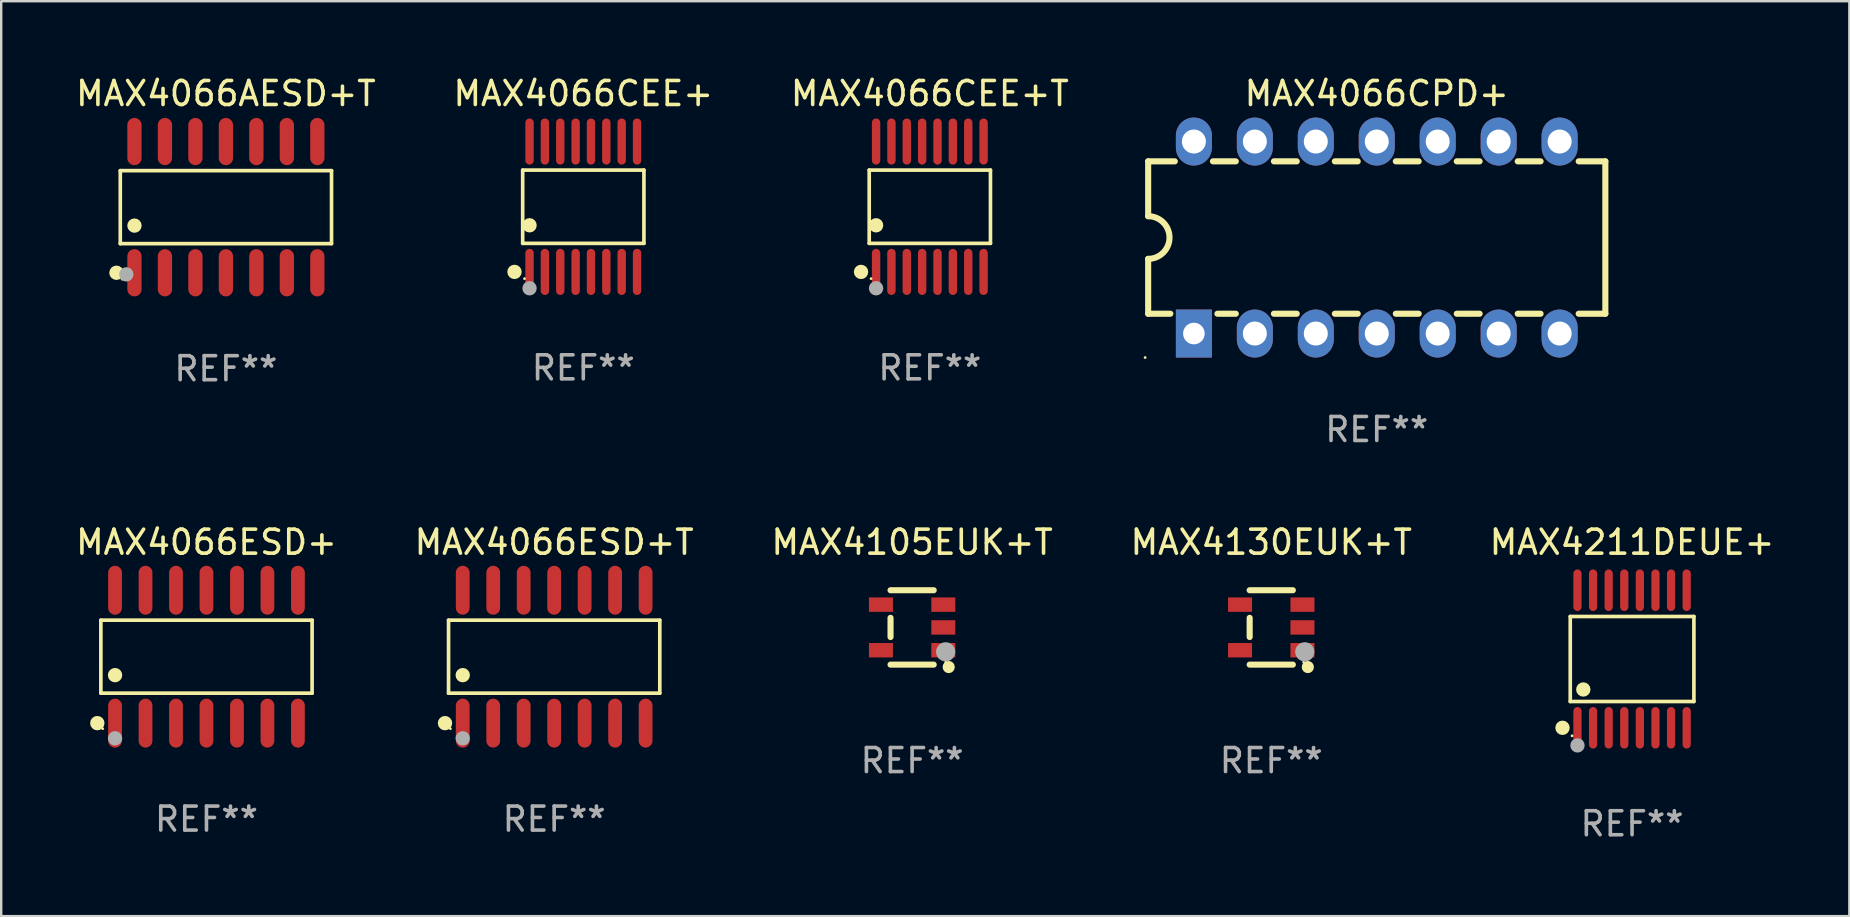
<source format=kicad_pcb>
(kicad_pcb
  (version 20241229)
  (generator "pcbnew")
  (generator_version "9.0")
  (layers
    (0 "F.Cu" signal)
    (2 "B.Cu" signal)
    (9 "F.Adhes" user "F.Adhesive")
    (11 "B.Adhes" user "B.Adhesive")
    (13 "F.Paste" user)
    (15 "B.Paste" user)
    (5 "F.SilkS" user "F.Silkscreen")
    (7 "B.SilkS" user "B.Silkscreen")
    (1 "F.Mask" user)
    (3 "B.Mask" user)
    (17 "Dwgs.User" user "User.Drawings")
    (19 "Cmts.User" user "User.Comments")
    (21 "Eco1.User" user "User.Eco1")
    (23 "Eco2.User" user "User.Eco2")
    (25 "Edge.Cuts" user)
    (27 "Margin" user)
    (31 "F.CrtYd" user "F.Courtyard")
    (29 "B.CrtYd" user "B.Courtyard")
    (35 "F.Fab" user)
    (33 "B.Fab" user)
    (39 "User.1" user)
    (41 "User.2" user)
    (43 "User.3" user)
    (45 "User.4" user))
  (footprint "MAX4066CPD+"
    (layer "F.Cu")
    (at 54.319 6.848)
    (property "Reference" "MAX4066CPD+" (at 0 -6 0) (layer "F.SilkS") (effects (font (size 1 1) (thickness 0.15))))
    (attr through_hole)
    (fp_line (start -9.525 -3.175) (end -9.525 -0.889) (stroke (width 0.254) (type solid)) (layer "F.SilkS"))
    (fp_line (start -9.525 -3.175) (end -8.414 -3.175) (stroke (width 0.254) (type solid)) (layer "F.SilkS"))
    (fp_line (start -9.525 3.175) (end -9.525 0.889) (stroke (width 0.254) (type solid)) (layer "F.SilkS"))
    (fp_line (start -8.601 3.175) (end -9.525 3.175) (stroke (width 0.254) (type solid)) (layer "F.SilkS"))
    (fp_line (start -6.826 -3.175) (end -5.874 -3.175) (stroke (width 0.254) (type solid)) (layer "F.SilkS"))
    (fp_line (start -5.874 3.175) (end -6.639 3.175) (stroke (width 0.254) (type solid)) (layer "F.SilkS"))
    (fp_line (start -4.286 -3.175) (end -3.334 -3.175) (stroke (width 0.254) (type solid)) (layer "F.SilkS"))
    (fp_line (start -3.334 3.175) (end -4.286 3.175) (stroke (width 0.254) (type solid)) (layer "F.SilkS"))
    (fp_line (start -1.746 -3.175) (end -0.794 -3.175) (stroke (width 0.254) (type solid)) (layer "F.SilkS"))
    (fp_line (start -0.794 3.175) (end -1.746 3.175) (stroke (width 0.254) (type solid)) (layer "F.SilkS"))
    (fp_line (start 0.794 -3.175) (end 1.746 -3.175) (stroke (width 0.254) (type solid)) (layer "F.SilkS"))
    (fp_line (start 1.746 3.175) (end 0.794 3.175) (stroke (width 0.254) (type solid)) (layer "F.SilkS"))
    (fp_line (start 3.334 -3.175) (end 4.286 -3.175) (stroke (width 0.254) (type solid)) (layer "F.SilkS"))
    (fp_line (start 4.286 3.175) (end 3.334 3.175) (stroke (width 0.254) (type solid)) (layer "F.SilkS"))
    (fp_line (start 5.874 -3.175) (end 6.826 -3.175) (stroke (width 0.254) (type solid)) (layer "F.SilkS"))
    (fp_line (start 6.826 3.175) (end 5.874 3.175) (stroke (width 0.254) (type solid)) (layer "F.SilkS"))
    (fp_line (start 8.414 -3.175) (end 9.525 -3.175) (stroke (width 0.254) (type solid)) (layer "F.SilkS"))
    (fp_line (start 9.525 -3.175) (end 9.525 3.175) (stroke (width 0.254) (type solid)) (layer "F.SilkS"))
    (fp_line (start 9.525 3.175) (end 8.414 3.175) (stroke (width 0.254) (type solid)) (layer "F.SilkS"))
    (fp_arc (start -9.525019 -0.889002) (mid -8.636017 0) (end -9.525019 0.889002) (stroke (width 0.254001) (type solid)) (layer "F.SilkS"))
    (fp_circle (center -9.652 5) (end -9.622 5) (stroke (width 0.06) (type solid)) (fill no) (layer "F.SilkS"))
    (fp_text user "REF**" (at 0 8 0) (layer "F.Fab") (effects (font (size 1 1) (thickness 0.15))))
    (pad "1" thru_hole rect (at -7.62 4 90) (size 2 1.5) (drill 0.9) (layers "*.Cu" "*.Mask"))
    (pad "2" thru_hole oval (at -5.08 4 90) (size 2 1.5) (drill 1) (layers "*.Cu" "*.Mask"))
    (pad "3" thru_hole oval (at -2.54 4 90) (size 2 1.5) (drill 1) (layers "*.Cu" "*.Mask"))
    (pad "4" thru_hole oval (at 0 4 90) (size 2 1.5) (drill 1) (layers "*.Cu" "*.Mask"))
    (pad "5" thru_hole oval (at 2.54 4 90) (size 2 1.5) (drill 1) (layers "*.Cu" "*.Mask"))
    (pad "6" thru_hole oval (at 5.08 4 90) (size 2 1.5) (drill 1) (layers "*.Cu" "*.Mask"))
    (pad "7" thru_hole oval (at 7.62 4 90) (size 2 1.5) (drill 1) (layers "*.Cu" "*.Mask"))
    (pad "8" thru_hole oval (at 7.62 -4 90) (size 2 1.5) (drill 1) (layers "*.Cu" "*.Mask"))
    (pad "9" thru_hole oval (at 5.08 -4 90) (size 2 1.5) (drill 1) (layers "*.Cu" "*.Mask"))
    (pad "10" thru_hole oval (at 2.54 -4 90) (size 2 1.5) (drill 1) (layers "*.Cu" "*.Mask"))
    (pad "11" thru_hole oval (at 0 -4 90) (size 2 1.5) (drill 1) (layers "*.Cu" "*.Mask"))
    (pad "12" thru_hole oval (at -2.54 -4 90) (size 2 1.5) (drill 1) (layers "*.Cu" "*.Mask"))
    (pad "13" thru_hole oval (at -5.08 -4 90) (size 2 1.5) (drill 1) (layers "*.Cu" "*.Mask"))
    (pad "14" thru_hole oval (at -7.62 -4 90) (size 2 1.5) (drill 1) (layers "*.Cu" "*.Mask")))
  (footprint "MAX4105EUK+T"
    (layer "F.Cu")
    (at 34.958 23.095)
    (property "Reference" "MAX4105EUK+T" (at 0 -3.55 0) (layer "F.SilkS") (effects (font (size 1 1) (thickness 0.15))))
    (attr through_hole)
    (fp_line (start -0.9 -1.55) (end 0.9 -1.55) (stroke (width 0.254) (type solid)) (layer "F.SilkS"))
    (fp_line (start -0.9 0.4) (end -0.9 -0.4) (stroke (width 0.254) (type solid)) (layer "F.SilkS"))
    (fp_line (start -0.9 1.55) (end 0.9 1.55) (stroke (width 0.254) (type solid)) (layer "F.SilkS"))
    (fp_circle (center 1.4 1.45) (end 1.43 1.45) (stroke (width 0.06) (type solid)) (fill no) (layer "F.SilkS"))
    (fp_circle (center 1.524 1.651) (end 1.651 1.651) (stroke (width 0.254) (type solid)) (fill no) (layer "F.SilkS"))
    (fp_circle (center 1.397 1.016) (end 1.597 1.016) (stroke (width 0.4) (type solid)) (fill no) (layer "F.Fab"))
    (fp_text user "REF**" (at 0 5.55 0) (layer "F.Fab") (effects (font (size 1 1) (thickness 0.15))))
    (pad "1" smd rect (at 1.3 0.95) (size 1 0.6) (layers "F.Cu" "F.Mask" "F.Paste"))
    (pad "2" smd rect (at 1.3 -0.000051) (size 1 0.6) (layers "F.Cu" "F.Mask" "F.Paste"))
    (pad "3" smd rect (at 1.3 -0.95) (size 1 0.6) (layers "F.Cu" "F.Mask" "F.Paste"))
    (pad "4" smd rect (at -1.3 -0.95) (size 1 0.6) (layers "F.Cu" "F.Mask" "F.Paste"))
    (pad "5" smd rect (at -1.3 0.95) (size 1 0.6) (layers "F.Cu" "F.Mask" "F.Paste")))
  (footprint "MAX4066ESD+"
    (layer "F.Cu")
    (at 5.554 24.314)
    (property "Reference" "MAX4066ESD+" (at 0 -4.769 0) (layer "F.SilkS") (effects (font (size 1 1) (thickness 0.15))))
    (attr through_hole)
    (fp_line (start -4.401 -1.521) (end 4.401 -1.521) (stroke (width 0.152) (type solid)) (layer "F.SilkS"))
    (fp_line (start -4.401 1.521) (end -4.401 -1.521) (stroke (width 0.152) (type solid)) (layer "F.SilkS"))
    (fp_line (start 4.401 -1.521) (end 4.401 1.521) (stroke (width 0.152) (type solid)) (layer "F.SilkS"))
    (fp_line (start 4.401 1.521) (end -4.401 1.521) (stroke (width 0.152) (type solid)) (layer "F.SilkS"))
    (fp_circle (center -4.549 2.769) (end -4.399 2.769) (stroke (width 0.3) (type solid)) (fill no) (layer "F.SilkS"))
    (fp_circle (center -4.325 3) (end -4.295 3) (stroke (width 0.06) (type solid)) (fill no) (layer "F.SilkS"))
    (fp_circle (center -3.81 0.769) (end -3.66 0.769) (stroke (width 0.3) (type solid)) (fill no) (layer "F.SilkS"))
    (fp_circle (center -3.81 3.4) (end -3.66 3.4) (stroke (width 0.3) (type solid)) (fill no) (layer "F.Fab"))
    (fp_text user "REF**" (at 0 6.769 0) (layer "F.Fab") (effects (font (size 1 1) (thickness 0.15))))
    (pad "1" smd oval (at -3.81 2.769) (size 0.574 2.038) (layers "F.Cu" "F.Mask" "F.Paste"))
    (pad "2" smd oval (at -2.54 2.769) (size 0.574 2.038) (layers "F.Cu" "F.Mask" "F.Paste"))
    (pad "3" smd oval (at -1.27 2.769) (size 0.574 2.038) (layers "F.Cu" "F.Mask" "F.Paste"))
    (pad "4" smd oval (at 0 2.769) (size 0.574 2.038) (layers "F.Cu" "F.Mask" "F.Paste"))
    (pad "5" smd oval (at 1.27 2.769) (size 0.574 2.038) (layers "F.Cu" "F.Mask" "F.Paste"))
    (pad "6" smd oval (at 2.54 2.769) (size 0.574 2.038) (layers "F.Cu" "F.Mask" "F.Paste"))
    (pad "7" smd oval (at 3.81 2.769) (size 0.574 2.038) (layers "F.Cu" "F.Mask" "F.Paste"))
    (pad "8" smd oval (at 3.81 -2.769) (size 0.574 2.038) (layers "F.Cu" "F.Mask" "F.Paste"))
    (pad "9" smd oval (at 2.54 -2.769) (size 0.574 2.038) (layers "F.Cu" "F.Mask" "F.Paste"))
    (pad "10" smd oval (at 1.27 -2.769) (size 0.574 2.038) (layers "F.Cu" "F.Mask" "F.Paste"))
    (pad "11" smd oval (at 0 -2.769) (size 0.574 2.038) (layers "F.Cu" "F.Mask" "F.Paste"))
    (pad "12" smd oval (at -1.27 -2.769) (size 0.574 2.038) (layers "F.Cu" "F.Mask" "F.Paste"))
    (pad "13" smd oval (at -2.54 -2.769) (size 0.574 2.038) (layers "F.Cu" "F.Mask" "F.Paste"))
    (pad "14" smd oval (at -3.81 -2.769) (size 0.574 2.038) (layers "F.Cu" "F.Mask" "F.Paste")))
  (footprint "MAX4066AESD+T"
    (layer "F.Cu")
    (at 6.363 5.582)
    (property "Reference" "MAX4066AESD+T" (at 0 -4.734 0) (layer "F.SilkS") (effects (font (size 1 1) (thickness 0.15))))
    (attr through_hole)
    (fp_line (start -4.401 -1.521) (end 4.401 -1.521) (stroke (width 0.152) (type solid)) (layer "F.SilkS"))
    (fp_line (start -4.401 1.521) (end -4.401 -1.521) (stroke (width 0.152) (type solid)) (layer "F.SilkS"))
    (fp_line (start 4.401 -1.521) (end 4.401 1.521) (stroke (width 0.152) (type solid)) (layer "F.SilkS"))
    (fp_line (start 4.401 1.521) (end -4.401 1.521) (stroke (width 0.152) (type solid)) (layer "F.SilkS"))
    (fp_circle (center -4.56 2.734) (end -4.41 2.734) (stroke (width 0.3) (type solid)) (fill no) (layer "F.SilkS"))
    (fp_circle (center -4.325 3) (end -4.295 3) (stroke (width 0.06) (type solid)) (fill no) (layer "F.SilkS"))
    (fp_circle (center -3.81 0.769) (end -3.66 0.769) (stroke (width 0.3) (type solid)) (fill no) (layer "F.SilkS"))
    (fp_circle (center -4.15 2.8) (end -4 2.8) (stroke (width 0.3) (type solid)) (fill no) (layer "F.Fab"))
    (fp_text user "REF**" (at 0 6.734 0) (layer "F.Fab") (effects (font (size 1 1) (thickness 0.15))))
    (pad "1" smd oval (at -3.81 2.734) (size 0.595 1.968) (layers "F.Cu" "F.Mask" "F.Paste"))
    (pad "2" smd oval (at -2.54 2.734) (size 0.595 1.968) (layers "F.Cu" "F.Mask" "F.Paste"))
    (pad "3" smd oval (at -1.27 2.734) (size 0.595 1.968) (layers "F.Cu" "F.Mask" "F.Paste"))
    (pad "4" smd oval (at 0 2.734) (size 0.595 1.968) (layers "F.Cu" "F.Mask" "F.Paste"))
    (pad "5" smd oval (at 1.27 2.734) (size 0.595 1.968) (layers "F.Cu" "F.Mask" "F.Paste"))
    (pad "6" smd oval (at 2.54 2.734) (size 0.595 1.968) (layers "F.Cu" "F.Mask" "F.Paste"))
    (pad "7" smd oval (at 3.81 2.734) (size 0.595 1.968) (layers "F.Cu" "F.Mask" "F.Paste"))
    (pad "8" smd oval (at 3.81 -2.734) (size 0.595 1.968) (layers "F.Cu" "F.Mask" "F.Paste"))
    (pad "9" smd oval (at 2.54 -2.734) (size 0.595 1.968) (layers "F.Cu" "F.Mask" "F.Paste"))
    (pad "10" smd oval (at 1.27 -2.734) (size 0.595 1.968) (layers "F.Cu" "F.Mask" "F.Paste"))
    (pad "11" smd oval (at 0 -2.734) (size 0.595 1.968) (layers "F.Cu" "F.Mask" "F.Paste"))
    (pad "12" smd oval (at -1.27 -2.734) (size 0.595 1.968) (layers "F.Cu" "F.Mask" "F.Paste"))
    (pad "13" smd oval (at -2.54 -2.734) (size 0.595 1.968) (layers "F.Cu" "F.Mask" "F.Paste"))
    (pad "14" smd oval (at -3.81 -2.734) (size 0.595 1.968) (layers "F.Cu" "F.Mask" "F.Paste")))
  (footprint "MAX4130EUK+T"
    (layer "F.Cu")
    (at 49.923 23.095)
    (property "Reference" "MAX4130EUK+T" (at 0 -3.55 0) (layer "F.SilkS") (effects (font (size 1 1) (thickness 0.15))))
    (attr through_hole)
    (fp_line (start -0.9 -1.55) (end 0.9 -1.55) (stroke (width 0.254) (type solid)) (layer "F.SilkS"))
    (fp_line (start -0.9 0.4) (end -0.9 -0.4) (stroke (width 0.254) (type solid)) (layer "F.SilkS"))
    (fp_line (start -0.9 1.55) (end 0.9 1.55) (stroke (width 0.254) (type solid)) (layer "F.SilkS"))
    (fp_circle (center 1.35 1.45) (end 1.38 1.45) (stroke (width 0.06) (type solid)) (fill no) (layer "F.SilkS"))
    (fp_circle (center 1.524 1.651) (end 1.651 1.651) (stroke (width 0.254) (type solid)) (fill no) (layer "F.SilkS"))
    (fp_circle (center 1.397 1.016) (end 1.597 1.016) (stroke (width 0.4) (type solid)) (fill no) (layer "F.Fab"))
    (fp_text user "REF**" (at 0 5.55 0) (layer "F.Fab") (effects (font (size 1 1) (thickness 0.15))))
    (pad "1" smd rect (at 1.3 0.95) (size 1 0.6) (layers "F.Cu" "F.Mask" "F.Paste"))
    (pad "2" smd rect (at 1.3 0.000076) (size 1 0.6) (layers "F.Cu" "F.Mask" "F.Paste"))
    (pad "3" smd rect (at 1.3 -0.95) (size 1 0.6) (layers "F.Cu" "F.Mask" "F.Paste"))
    (pad "4" smd rect (at -1.3 -0.95) (size 1 0.6) (layers "F.Cu" "F.Mask" "F.Paste"))
    (pad "5" smd rect (at -1.3 0.95) (size 1 0.6) (layers "F.Cu" "F.Mask" "F.Paste")))
  (footprint "MAX4066CEE+"
    (layer "F.Cu")
    (at 21.256 5.564)
    (property "Reference" "MAX4066CEE+" (at 0 -4.716 0) (layer "F.SilkS") (effects (font (size 1 1) (thickness 0.15))))
    (attr through_hole)
    (fp_line (start -2.526 -1.526) (end 2.526 -1.526) (stroke (width 0.152) (type solid)) (layer "F.SilkS"))
    (fp_line (start -2.526 1.526) (end -2.526 -1.526) (stroke (width 0.152) (type solid)) (layer "F.SilkS"))
    (fp_line (start 2.526 -1.526) (end 2.526 1.526) (stroke (width 0.152) (type solid)) (layer "F.SilkS"))
    (fp_line (start 2.526 1.526) (end -2.526 1.526) (stroke (width 0.152) (type solid)) (layer "F.SilkS"))
    (fp_circle (center -2.867 2.716) (end -2.717 2.716) (stroke (width 0.3) (type solid)) (fill no) (layer "F.SilkS"))
    (fp_circle (center -2.45 2.997) (end -2.42 2.997) (stroke (width 0.06) (type solid)) (fill no) (layer "F.SilkS"))
    (fp_circle (center -2.24 0.774) (end -2.09 0.774) (stroke (width 0.3) (type solid)) (fill no) (layer "F.SilkS"))
    (fp_circle (center -2.24 3.398) (end -2.09 3.398) (stroke (width 0.3) (type solid)) (fill no) (layer "F.Fab"))
    (fp_text user "REF**" (at 0 6.716 0) (layer "F.Fab") (effects (font (size 1 1) (thickness 0.15))))
    (pad "1" smd oval (at -2.24 2.716) (size 0.35 1.922) (layers "F.Cu" "F.Mask" "F.Paste"))
    (pad "2" smd oval (at -1.6 2.716) (size 0.35 1.922) (layers "F.Cu" "F.Mask" "F.Paste"))
    (pad "3" smd oval (at -0.96 2.716) (size 0.35 1.922) (layers "F.Cu" "F.Mask" "F.Paste"))
    (pad "4" smd oval (at -0.32 2.716) (size 0.35 1.922) (layers "F.Cu" "F.Mask" "F.Paste"))
    (pad "5" smd oval (at 0.32 2.716) (size 0.35 1.922) (layers "F.Cu" "F.Mask" "F.Paste"))
    (pad "6" smd oval (at 0.96 2.716) (size 0.35 1.922) (layers "F.Cu" "F.Mask" "F.Paste"))
    (pad "7" smd oval (at 1.6 2.716) (size 0.35 1.922) (layers "F.Cu" "F.Mask" "F.Paste"))
    (pad "8" smd oval (at 2.24 2.716) (size 0.35 1.922) (layers "F.Cu" "F.Mask" "F.Paste"))
    (pad "9" smd oval (at 2.24 -2.716) (size 0.35 1.922) (layers "F.Cu" "F.Mask" "F.Paste"))
    (pad "10" smd oval (at 1.6 -2.716) (size 0.35 1.922) (layers "F.Cu" "F.Mask" "F.Paste"))
    (pad "11" smd oval (at 0.96 -2.716) (size 0.35 1.922) (layers "F.Cu" "F.Mask" "F.Paste"))
    (pad "12" smd oval (at 0.32 -2.716) (size 0.35 1.922) (layers "F.Cu" "F.Mask" "F.Paste"))
    (pad "13" smd oval (at -0.32 -2.716) (size 0.35 1.922) (layers "F.Cu" "F.Mask" "F.Paste"))
    (pad "14" smd oval (at -0.96 -2.716) (size 0.35 1.922) (layers "F.Cu" "F.Mask" "F.Paste"))
    (pad "15" smd oval (at -1.6 -2.716) (size 0.35 1.922) (layers "F.Cu" "F.Mask" "F.Paste"))
    (pad "16" smd oval (at -2.24 -2.716) (size 0.35 1.922) (layers "F.Cu" "F.Mask" "F.Paste")))
  (footprint "MAX4211DEUE+"
    (layer "F.Cu")
    (at 64.958 24.411)
    (property "Reference" "MAX4211DEUE+" (at 0 -4.866 0) (layer "F.SilkS") (effects (font (size 1 1) (thickness 0.15))))
    (attr through_hole)
    (fp_line (start -2.576 -1.772) (end 2.576 -1.772) (stroke (width 0.152) (type solid)) (layer "F.SilkS"))
    (fp_line (start -2.576 1.771) (end -2.576 -1.772) (stroke (width 0.152) (type solid)) (layer "F.SilkS"))
    (fp_line (start 2.576 -1.772) (end 2.576 1.771) (stroke (width 0.152) (type solid)) (layer "F.SilkS"))
    (fp_line (start 2.576 1.771) (end -2.576 1.771) (stroke (width 0.152) (type solid)) (layer "F.SilkS"))
    (fp_circle (center -2.899 2.866) (end -2.749 2.866) (stroke (width 0.3) (type solid)) (fill no) (layer "F.SilkS"))
    (fp_circle (center -2.5 3.2) (end -2.47 3.2) (stroke (width 0.06) (type solid)) (fill no) (layer "F.SilkS"))
    (fp_circle (center -2.032 1.27) (end -1.882 1.27) (stroke (width 0.3) (type solid)) (fill no) (layer "F.SilkS"))
    (fp_circle (center -2.275 3.6) (end -2.125 3.6) (stroke (width 0.3) (type solid)) (fill no) (layer "F.Fab"))
    (fp_text user "REF**" (at 0 6.866 0) (layer "F.Fab") (effects (font (size 1 1) (thickness 0.15))))
    (pad "1" smd oval (at -2.275 2.866) (size 0.343 1.731) (layers "F.Cu" "F.Mask" "F.Paste"))
    (pad "2" smd oval (at -1.625 2.866) (size 0.343 1.731) (layers "F.Cu" "F.Mask" "F.Paste"))
    (pad "3" smd oval (at -0.975 2.866) (size 0.343 1.731) (layers "F.Cu" "F.Mask" "F.Paste"))
    (pad "4" smd oval (at -0.325 2.866) (size 0.343 1.731) (layers "F.Cu" "F.Mask" "F.Paste"))
    (pad "5" smd oval (at 0.325 2.866) (size 0.343 1.731) (layers "F.Cu" "F.Mask" "F.Paste"))
    (pad "6" smd oval (at 0.975 2.866) (size 0.343 1.731) (layers "F.Cu" "F.Mask" "F.Paste"))
    (pad "7" smd oval (at 1.625 2.866) (size 0.343 1.731) (layers "F.Cu" "F.Mask" "F.Paste"))
    (pad "8" smd oval (at 2.275 2.866) (size 0.343 1.731) (layers "F.Cu" "F.Mask" "F.Paste"))
    (pad "9" smd oval (at 2.275 -2.866) (size 0.343 1.731) (layers "F.Cu" "F.Mask" "F.Paste"))
    (pad "10" smd oval (at 1.625 -2.866) (size 0.343 1.731) (layers "F.Cu" "F.Mask" "F.Paste"))
    (pad "11" smd oval (at 0.975 -2.866) (size 0.343 1.731) (layers "F.Cu" "F.Mask" "F.Paste"))
    (pad "12" smd oval (at 0.325 -2.866) (size 0.343 1.731) (layers "F.Cu" "F.Mask" "F.Paste"))
    (pad "13" smd oval (at -0.325 -2.866) (size 0.343 1.731) (layers "F.Cu" "F.Mask" "F.Paste"))
    (pad "14" smd oval (at -0.975 -2.866) (size 0.343 1.731) (layers "F.Cu" "F.Mask" "F.Paste"))
    (pad "15" smd oval (at -1.625 -2.866) (size 0.343 1.731) (layers "F.Cu" "F.Mask" "F.Paste"))
    (pad "16" smd oval (at -2.275 -2.866) (size 0.343 1.731) (layers "F.Cu" "F.Mask" "F.Paste")))
  (footprint "MAX4066ESD+T"
    (layer "F.Cu")
    (at 20.042 24.314)
    (property "Reference" "MAX4066ESD+T" (at 0 -4.769 0) (layer "F.SilkS") (effects (font (size 1 1) (thickness 0.15))))
    (attr through_hole)
    (fp_line (start -4.401 -1.521) (end 4.401 -1.521) (stroke (width 0.152) (type solid)) (layer "F.SilkS"))
    (fp_line (start -4.401 1.521) (end -4.401 -1.521) (stroke (width 0.152) (type solid)) (layer "F.SilkS"))
    (fp_line (start 4.401 -1.521) (end 4.401 1.521) (stroke (width 0.152) (type solid)) (layer "F.SilkS"))
    (fp_line (start 4.401 1.521) (end -4.401 1.521) (stroke (width 0.152) (type solid)) (layer "F.SilkS"))
    (fp_circle (center -4.549 2.769) (end -4.399 2.769) (stroke (width 0.3) (type solid)) (fill no) (layer "F.SilkS"))
    (fp_circle (center -4.325 3) (end -4.295 3) (stroke (width 0.06) (type solid)) (fill no) (layer "F.SilkS"))
    (fp_circle (center -3.81 0.769) (end -3.66 0.769) (stroke (width 0.3) (type solid)) (fill no) (layer "F.SilkS"))
    (fp_circle (center -3.81 3.4) (end -3.66 3.4) (stroke (width 0.3) (type solid)) (fill no) (layer "F.Fab"))
    (fp_text user "REF**" (at 0 6.769 0) (layer "F.Fab") (effects (font (size 1 1) (thickness 0.15))))
    (pad "1" smd oval (at -3.81 2.769) (size 0.574 2.038) (layers "F.Cu" "F.Mask" "F.Paste"))
    (pad "2" smd oval (at -2.54 2.769) (size 0.574 2.038) (layers "F.Cu" "F.Mask" "F.Paste"))
    (pad "3" smd oval (at -1.27 2.769) (size 0.574 2.038) (layers "F.Cu" "F.Mask" "F.Paste"))
    (pad "4" smd oval (at 0 2.769) (size 0.574 2.038) (layers "F.Cu" "F.Mask" "F.Paste"))
    (pad "5" smd oval (at 1.27 2.769) (size 0.574 2.038) (layers "F.Cu" "F.Mask" "F.Paste"))
    (pad "6" smd oval (at 2.54 2.769) (size 0.574 2.038) (layers "F.Cu" "F.Mask" "F.Paste"))
    (pad "7" smd oval (at 3.81 2.769) (size 0.574 2.038) (layers "F.Cu" "F.Mask" "F.Paste"))
    (pad "8" smd oval (at 3.81 -2.769) (size 0.574 2.038) (layers "F.Cu" "F.Mask" "F.Paste"))
    (pad "9" smd oval (at 2.54 -2.769) (size 0.574 2.038) (layers "F.Cu" "F.Mask" "F.Paste"))
    (pad "10" smd oval (at 1.27 -2.769) (size 0.574 2.038) (layers "F.Cu" "F.Mask" "F.Paste"))
    (pad "11" smd oval (at 0 -2.769) (size 0.574 2.038) (layers "F.Cu" "F.Mask" "F.Paste"))
    (pad "12" smd oval (at -1.27 -2.769) (size 0.574 2.038) (layers "F.Cu" "F.Mask" "F.Paste"))
    (pad "13" smd oval (at -2.54 -2.769) (size 0.574 2.038) (layers "F.Cu" "F.Mask" "F.Paste"))
    (pad "14" smd oval (at -3.81 -2.769) (size 0.574 2.038) (layers "F.Cu" "F.Mask" "F.Paste")))
  (footprint "MAX4066CEE+T"
    (layer "F.Cu")
    (at 35.696 5.564)
    (property "Reference" "MAX4066CEE+T" (at 0 -4.716 0) (layer "F.SilkS") (effects (font (size 1 1) (thickness 0.15))))
    (attr through_hole)
    (fp_line (start -2.526 -1.526) (end 2.526 -1.526) (stroke (width 0.152) (type solid)) (layer "F.SilkS"))
    (fp_line (start -2.526 1.526) (end -2.526 -1.526) (stroke (width 0.152) (type solid)) (layer "F.SilkS"))
    (fp_line (start 2.526 -1.526) (end 2.526 1.526) (stroke (width 0.152) (type solid)) (layer "F.SilkS"))
    (fp_line (start 2.526 1.526) (end -2.526 1.526) (stroke (width 0.152) (type solid)) (layer "F.SilkS"))
    (fp_circle (center -2.867 2.716) (end -2.717 2.716) (stroke (width 0.3) (type solid)) (fill no) (layer "F.SilkS"))
    (fp_circle (center -2.45 2.997) (end -2.42 2.997) (stroke (width 0.06) (type solid)) (fill no) (layer "F.SilkS"))
    (fp_circle (center -2.24 0.774) (end -2.09 0.774) (stroke (width 0.3) (type solid)) (fill no) (layer "F.SilkS"))
    (fp_circle (center -2.24 3.398) (end -2.09 3.398) (stroke (width 0.3) (type solid)) (fill no) (layer "F.Fab"))
    (fp_text user "REF**" (at 0 6.716 0) (layer "F.Fab") (effects (font (size 1 1) (thickness 0.15))))
    (pad "1" smd oval (at -2.24 2.716) (size 0.35 1.922) (layers "F.Cu" "F.Mask" "F.Paste"))
    (pad "2" smd oval (at -1.6 2.716) (size 0.35 1.922) (layers "F.Cu" "F.Mask" "F.Paste"))
    (pad "3" smd oval (at -0.96 2.716) (size 0.35 1.922) (layers "F.Cu" "F.Mask" "F.Paste"))
    (pad "4" smd oval (at -0.32 2.716) (size 0.35 1.922) (layers "F.Cu" "F.Mask" "F.Paste"))
    (pad "5" smd oval (at 0.32 2.716) (size 0.35 1.922) (layers "F.Cu" "F.Mask" "F.Paste"))
    (pad "6" smd oval (at 0.96 2.716) (size 0.35 1.922) (layers "F.Cu" "F.Mask" "F.Paste"))
    (pad "7" smd oval (at 1.6 2.716) (size 0.35 1.922) (layers "F.Cu" "F.Mask" "F.Paste"))
    (pad "8" smd oval (at 2.24 2.716) (size 0.35 1.922) (layers "F.Cu" "F.Mask" "F.Paste"))
    (pad "9" smd oval (at 2.24 -2.716) (size 0.35 1.922) (layers "F.Cu" "F.Mask" "F.Paste"))
    (pad "10" smd oval (at 1.6 -2.716) (size 0.35 1.922) (layers "F.Cu" "F.Mask" "F.Paste"))
    (pad "11" smd oval (at 0.96 -2.716) (size 0.35 1.922) (layers "F.Cu" "F.Mask" "F.Paste"))
    (pad "12" smd oval (at 0.32 -2.716) (size 0.35 1.922) (layers "F.Cu" "F.Mask" "F.Paste"))
    (pad "13" smd oval (at -0.32 -2.716) (size 0.35 1.922) (layers "F.Cu" "F.Mask" "F.Paste"))
    (pad "14" smd oval (at -0.96 -2.716) (size 0.35 1.922) (layers "F.Cu" "F.Mask" "F.Paste"))
    (pad "15" smd oval (at -1.6 -2.716) (size 0.35 1.922) (layers "F.Cu" "F.Mask" "F.Paste"))
    (pad "16" smd oval (at -2.24 -2.716) (size 0.35 1.922) (layers "F.Cu" "F.Mask" "F.Paste")))
  (gr_rect
    (start -3 -3)
    (end 74.012 35.125)
    (stroke (width 0.1) (type default))
    (fill no)
    (layer "Edge.Cuts")))
</source>
